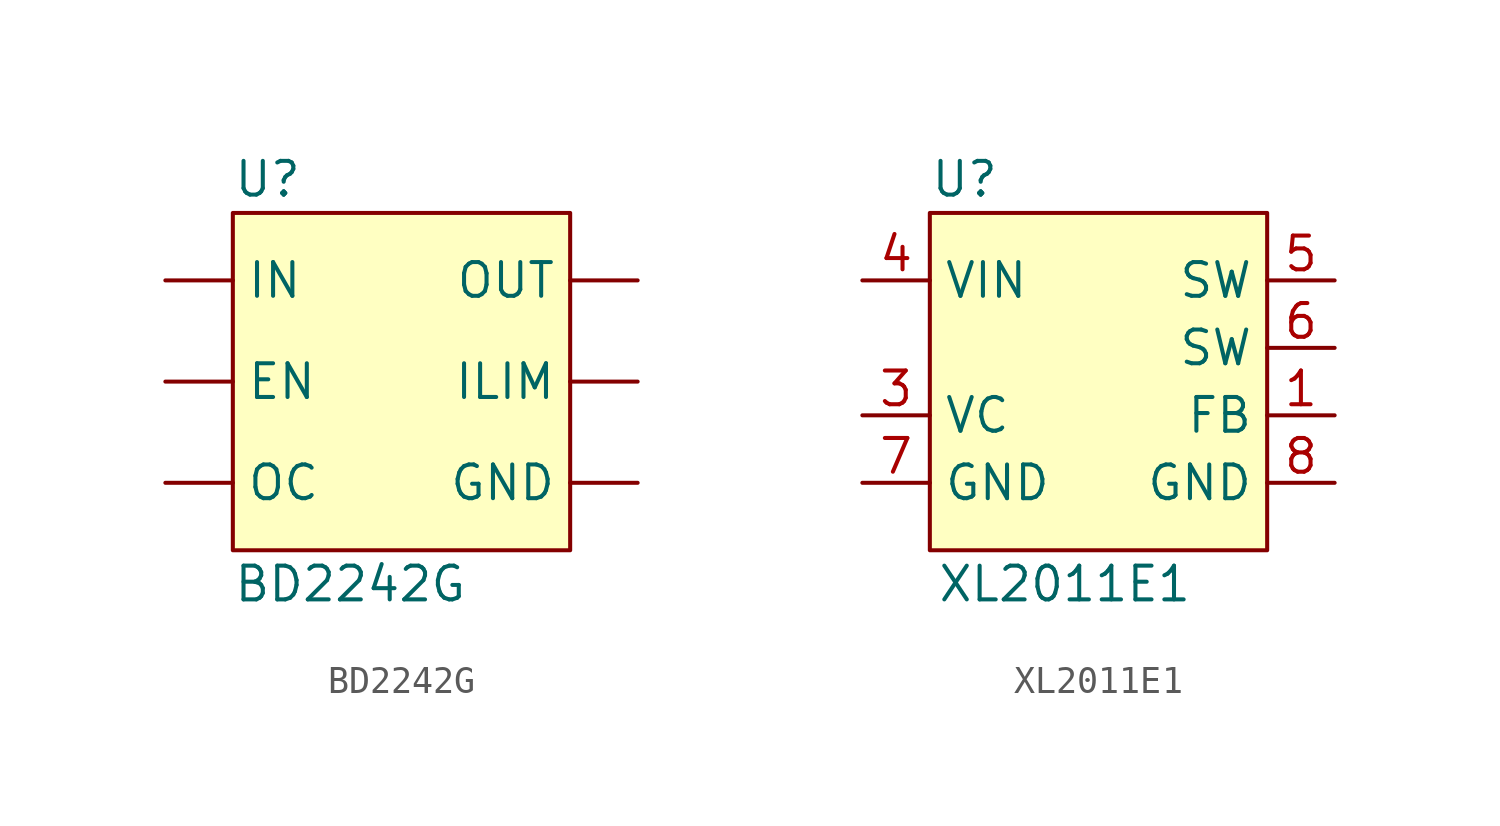
<source format=kicad_sym>
(kicad_symbol_lib
  (version 20211014)
  (generator kicad_symbol_editor)
  (symbol "BD2242G"
    (property "Reference" "U"
      (at -5.08 6.35 0)
      (effects (font (size 1.27 1.27)) (justify left)))
    (property "Value" "BD2242G"
      (at -5.08 -8.89 0)
      (effects (font (size 1.27 1.27)) (justify left)))
    (symbol "BD2242G_0_1"
      (rectangle (start -5.08 5.08) (end 7.62 -7.62) (stroke (width 0) (type default) (color 0 0 0 0)) (fill (type background))))
    (symbol "BD2242G_1_1"
      (pin input line (at -7.62 -1.27 0) (length 2.54) (name "EN" (effects (font (size 1.27 1.27)))) (number "" (effects (font (size 1.27 1.27)))))
      (pin input line (at 10.16 -5.08 180) (length 2.54) (name "GND" (effects (font (size 1.27 1.27)))) (number "" (effects (font (size 1.27 1.27)))))
      (pin input line (at 10.16 -1.27 180) (length 2.54) (name "ILIM" (effects (font (size 1.27 1.27)))) (number "" (effects (font (size 1.27 1.27)))))
      (pin input line (at -7.62 2.54 0) (length 2.54) (name "IN" (effects (font (size 1.27 1.27)))) (number "" (effects (font (size 1.27 1.27)))))
      (pin input line (at -7.62 -5.08 0) (length 2.54) (name "OC" (effects (font (size 1.27 1.27)))) (number "" (effects (font (size 1.27 1.27)))))
      (pin input line (at 10.16 2.54 180) (length 2.54) (name "OUT" (effects (font (size 1.27 1.27)))) (number "" (effects (font (size 1.27 1.27)))))))
  (symbol "XL2011E1"
    (property "Reference" "U"
      (at -6.35 6.35 0)
      (effects (font (size 1.27 1.27)) (justify left)))
    (property "Value" "XL2011E1"
      (at -1.27 -8.89 0)
      (effects (font (size 1.27 1.27))))
    (symbol "XL2011E1_0_1"
      (rectangle (start -6.35 5.08) (end 6.35 -7.62) (stroke (width 0) (type default) (color 0 0 0 0)) (fill (type background))))
    (symbol "XL2011E1_1_1"
      (pin input line (at 8.89 -2.54 180) (length 2.54) (name "FB" (effects (font (size 1.27 1.27)))) (number "1" (effects (font (size 1.27 1.27)))))
      (pin input line (at -8.89 -2.54 0) (length 2.54) (name "VC" (effects (font (size 1.27 1.27)))) (number "3" (effects (font (size 1.27 1.27)))))
      (pin input line (at -8.89 2.54 0) (length 2.54) (name "VIN" (effects (font (size 1.27 1.27)))) (number "4" (effects (font (size 1.27 1.27)))))
      (pin output line (at 8.89 2.54 180) (length 2.54) (name "SW" (effects (font (size 1.27 1.27)))) (number "5" (effects (font (size 1.27 1.27)))))
      (pin output line (at 8.89 0 180) (length 2.54) (name "SW" (effects (font (size 1.27 1.27)))) (number "6" (effects (font (size 1.27 1.27)))))
      (pin input line (at -8.89 -5.08 0) (length 2.54) (name "GND" (effects (font (size 1.27 1.27)))) (number "7" (effects (font (size 1.27 1.27)))))
      (pin input line (at 8.89 -5.08 180) (length 2.54) (name "GND" (effects (font (size 1.27 1.27)))) (number "8" (effects (font (size 1.27 1.27))))))))
</source>
